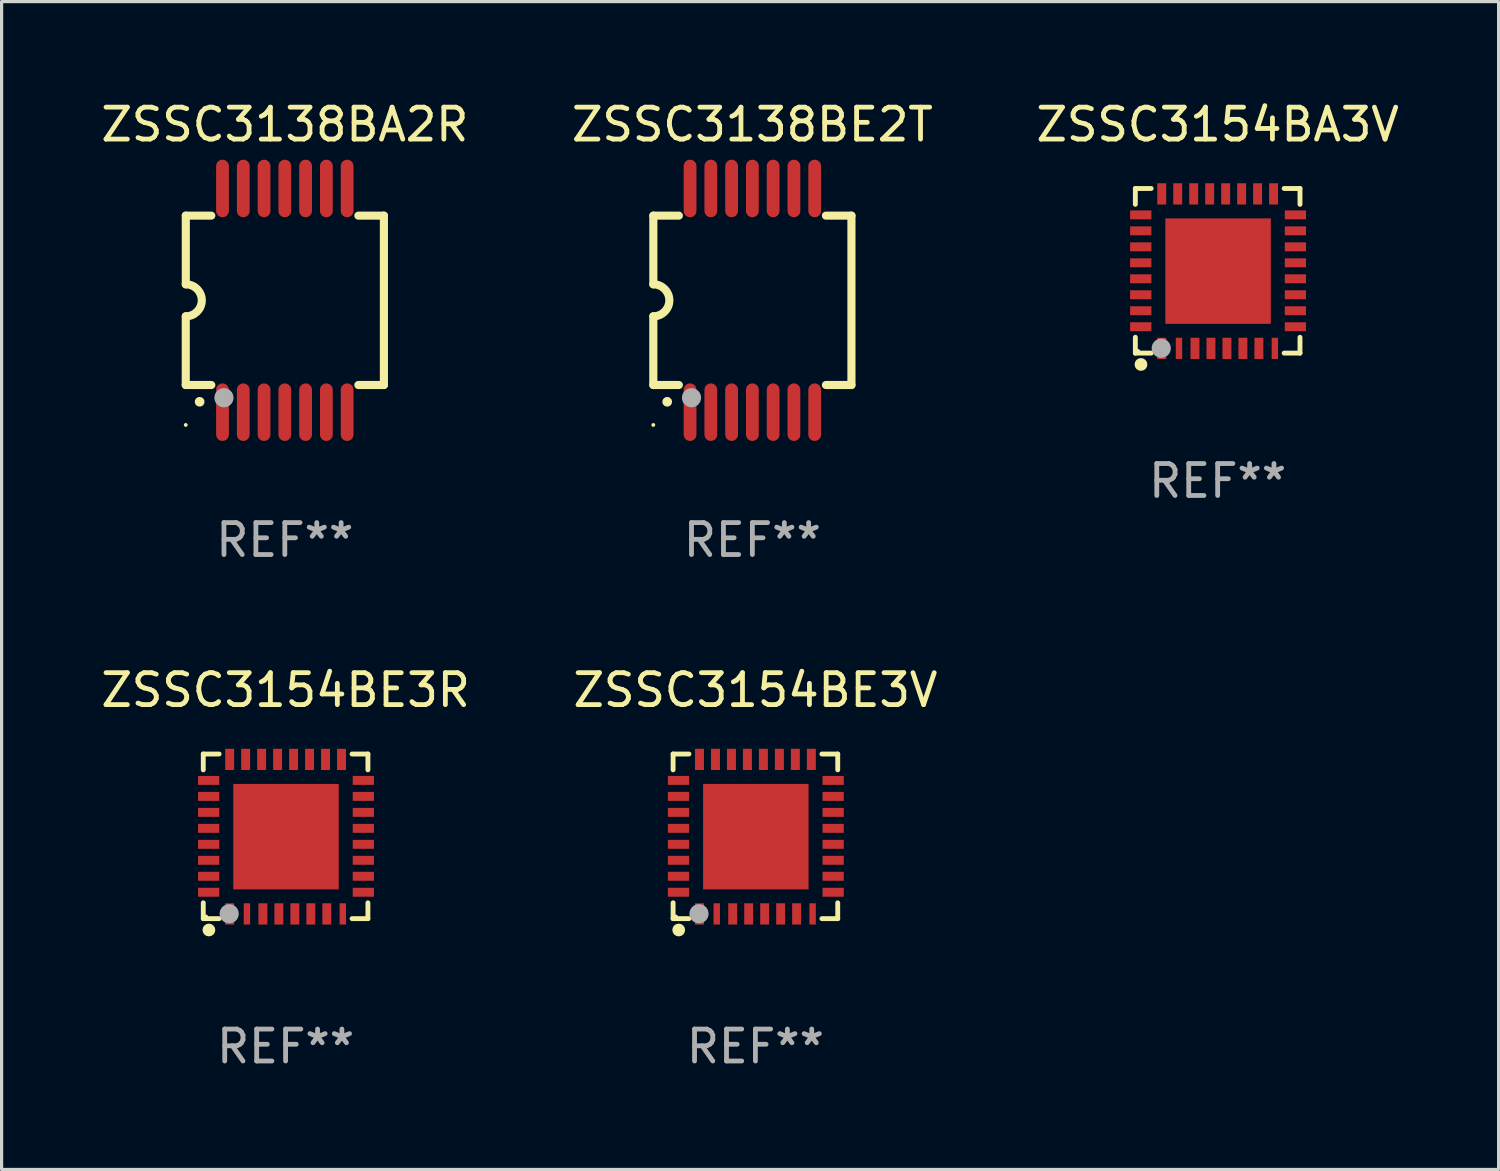
<source format=kicad_pcb>
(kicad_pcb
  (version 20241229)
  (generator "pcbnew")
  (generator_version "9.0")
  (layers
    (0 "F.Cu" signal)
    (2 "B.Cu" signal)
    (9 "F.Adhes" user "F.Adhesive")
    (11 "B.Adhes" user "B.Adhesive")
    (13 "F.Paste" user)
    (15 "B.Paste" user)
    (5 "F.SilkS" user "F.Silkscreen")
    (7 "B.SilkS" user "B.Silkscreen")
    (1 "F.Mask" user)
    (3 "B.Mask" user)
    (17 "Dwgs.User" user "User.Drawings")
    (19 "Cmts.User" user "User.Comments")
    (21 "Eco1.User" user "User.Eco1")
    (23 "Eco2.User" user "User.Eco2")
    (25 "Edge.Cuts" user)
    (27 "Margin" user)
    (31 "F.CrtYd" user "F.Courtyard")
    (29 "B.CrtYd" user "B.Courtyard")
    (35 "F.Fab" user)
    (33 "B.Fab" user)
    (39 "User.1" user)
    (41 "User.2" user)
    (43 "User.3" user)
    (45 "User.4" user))
  (footprint "ZSSC3154BA3V"
    (layer "F.Cu")
    (at 35.054 5.424)
    (property "Reference" "ZSSC3154BA3V" (at 0 -4.576 0) (layer "F.SilkS") (effects (font (size 1 1) (thickness 0.15))))
    (attr through_hole)
    (fp_line (start -2.576 -2.576) (end -2.576 -2.08) (stroke (width 0.152) (type solid)) (layer "F.SilkS"))
    (fp_line (start -2.576 2.576) (end -2.576 2.08) (stroke (width 0.152) (type solid)) (layer "F.SilkS"))
    (fp_line (start -2.08 -2.576) (end -2.576 -2.576) (stroke (width 0.152) (type solid)) (layer "F.SilkS"))
    (fp_line (start -2.08 2.576) (end -2.576 2.576) (stroke (width 0.152) (type solid)) (layer "F.SilkS"))
    (fp_line (start 2.08 -2.576) (end 2.576 -2.576) (stroke (width 0.152) (type solid)) (layer "F.SilkS"))
    (fp_line (start 2.08 2.576) (end 2.576 2.576) (stroke (width 0.152) (type solid)) (layer "F.SilkS"))
    (fp_line (start 2.576 -2.576) (end 2.576 -2.08) (stroke (width 0.152) (type solid)) (layer "F.SilkS"))
    (fp_line (start 2.576 2.576) (end 2.576 2.08) (stroke (width 0.152) (type solid)) (layer "F.SilkS"))
    (fp_circle (center -2.487 2.51) (end -2.457 2.51) (stroke (width 0.06) (type solid)) (fill no) (layer "F.SilkS"))
    (fp_circle (center -2.4 2.931) (end -2.3 2.931) (stroke (width 0.2) (type solid)) (fill no) (layer "F.SilkS"))
    (fp_circle (center -1.765 2.423) (end -1.615 2.423) (stroke (width 0.3) (type solid)) (fill no) (layer "F.Fab"))
    (fp_text user "REF**" (at 0 6.576 0) (layer "F.Fab") (effects (font (size 1 1) (thickness 0.15))))
    (pad "1" smd rect (at -1.75 2.428) (size 0.28 0.665) (layers "F.Cu" "F.Mask" "F.Paste"))
    (pad "2" smd rect (at -1.21 2.428) (size 0.2 0.665) (layers "F.Cu" "F.Mask" "F.Paste"))
    (pad "3" smd rect (at -0.71 2.428) (size 0.28 0.665) (layers "F.Cu" "F.Mask" "F.Paste"))
    (pad "4" smd rect (at -0.21 2.428) (size 0.28 0.665) (layers "F.Cu" "F.Mask" "F.Paste"))
    (pad "5" smd rect (at 0.29 2.428) (size 0.28 0.665) (layers "F.Cu" "F.Mask" "F.Paste"))
    (pad "6" smd rect (at 0.79 2.428) (size 0.28 0.665) (layers "F.Cu" "F.Mask" "F.Paste"))
    (pad "7" smd rect (at 1.29 2.428) (size 0.28 0.665) (layers "F.Cu" "F.Mask" "F.Paste"))
    (pad "8" smd rect (at 1.79 2.428) (size 0.2 0.665) (layers "F.Cu" "F.Mask" "F.Paste"))
    (pad "9" smd rect (at 2.433 1.75) (size 0.665 0.28) (layers "F.Cu" "F.Mask" "F.Paste"))
    (pad "10" smd rect (at 2.433 1.25) (size 0.665 0.28) (layers "F.Cu" "F.Mask" "F.Paste"))
    (pad "11" smd rect (at 2.433 0.75) (size 0.665 0.28) (layers "F.Cu" "F.Mask" "F.Paste"))
    (pad "12" smd rect (at 2.433 0.25) (size 0.665 0.28) (layers "F.Cu" "F.Mask" "F.Paste"))
    (pad "13" smd rect (at 2.433 -0.25) (size 0.665 0.28) (layers "F.Cu" "F.Mask" "F.Paste"))
    (pad "14" smd rect (at 2.433 -0.75) (size 0.665 0.28) (layers "F.Cu" "F.Mask" "F.Paste"))
    (pad "15" smd rect (at 2.433 -1.25) (size 0.665 0.28) (layers "F.Cu" "F.Mask" "F.Paste"))
    (pad "16" smd rect (at 2.433 -1.75) (size 0.665 0.28) (layers "F.Cu" "F.Mask" "F.Paste"))
    (pad "17" smd rect (at 1.75 -2.407) (size 0.28 0.665) (layers "F.Cu" "F.Mask" "F.Paste"))
    (pad "18" smd rect (at 1.25 -2.407) (size 0.28 0.665) (layers "F.Cu" "F.Mask" "F.Paste"))
    (pad "19" smd rect (at 0.75 -2.407) (size 0.28 0.665) (layers "F.Cu" "F.Mask" "F.Paste"))
    (pad "20" smd rect (at 0.25 -2.407) (size 0.28 0.665) (layers "F.Cu" "F.Mask" "F.Paste"))
    (pad "21" smd rect (at -0.25 -2.407) (size 0.28 0.665) (layers "F.Cu" "F.Mask" "F.Paste"))
    (pad "22" smd rect (at -0.75 -2.407) (size 0.28 0.665) (layers "F.Cu" "F.Mask" "F.Paste"))
    (pad "23" smd rect (at -1.25 -2.407) (size 0.28 0.665) (layers "F.Cu" "F.Mask" "F.Paste"))
    (pad "24" smd rect (at -1.75 -2.407) (size 0.28 0.665) (layers "F.Cu" "F.Mask" "F.Paste"))
    (pad "25" smd rect (at -2.407 -1.75) (size 0.665 0.28) (layers "F.Cu" "F.Mask" "F.Paste"))
    (pad "26" smd rect (at -2.407 -1.25) (size 0.665 0.28) (layers "F.Cu" "F.Mask" "F.Paste"))
    (pad "27" smd rect (at -2.407 -0.75) (size 0.665 0.28) (layers "F.Cu" "F.Mask" "F.Paste"))
    (pad "28" smd rect (at -2.407 -0.25) (size 0.665 0.28) (layers "F.Cu" "F.Mask" "F.Paste"))
    (pad "29" smd rect (at -2.407 0.25) (size 0.665 0.28) (layers "F.Cu" "F.Mask" "F.Paste"))
    (pad "30" smd rect (at -2.407 0.75) (size 0.665 0.28) (layers "F.Cu" "F.Mask" "F.Paste"))
    (pad "31" smd rect (at -2.407 1.25) (size 0.665 0.28) (layers "F.Cu" "F.Mask" "F.Paste"))
    (pad "32" smd rect (at -2.407 1.75) (size 0.665 0.28) (layers "F.Cu" "F.Mask" "F.Paste"))
    (pad "33" smd rect (at 0.013 0.01) (size 3.3 3.3) (layers "F.Cu" "F.Mask" "F.Paste")))
  (footprint "ZSSC3138BE2T"
    (layer "F.Cu")
    (at 20.494 6.348)
    (property "Reference" "ZSSC3138BE2T" (at 0 -5.5 0) (layer "F.SilkS") (effects (font (size 1 1) (thickness 0.15))))
    (attr through_hole)
    (fp_line (start -3.1 2.65) (end -3.1 0.5) (stroke (width 0.254) (type solid)) (layer "F.SilkS"))
    (fp_line (start -3.099 -2.65) (end -2.301 -2.65) (stroke (width 0.254) (type solid)) (layer "F.SilkS"))
    (fp_line (start -3.099 -0.5) (end -3.099 -2.65) (stroke (width 0.254) (type solid)) (layer "F.SilkS"))
    (fp_line (start -2.301 2.65) (end -3.1 2.65) (stroke (width 0.254) (type solid)) (layer "F.SilkS"))
    (fp_line (start 2.301 -2.65) (end 3.1 -2.65) (stroke (width 0.254) (type solid)) (layer "F.SilkS"))
    (fp_line (start 3.1 -2.65) (end 3.1 2.65) (stroke (width 0.254) (type solid)) (layer "F.SilkS"))
    (fp_line (start 3.1 2.65) (end 2.301 2.65) (stroke (width 0.254) (type solid)) (layer "F.SilkS"))
    (fp_arc (start -3.098806 -0.500381) (mid -2.598806 0) (end -3.098806 0.500381) (stroke (width 0.254001) (type solid)) (layer "F.SilkS"))
    (fp_arc (start -2.667005 3.175006) (mid -2.665735 3.175001) (end -2.664465 3.175006) (stroke (width 0.3) (type solid)) (layer "F.SilkS"))
    (fp_circle (center -3.1 3.9) (end -3.07 3.9) (stroke (width 0.06) (type solid)) (fill no) (layer "F.SilkS"))
    (fp_circle (center -1.905 3.048) (end -1.755 3.048) (stroke (width 0.3) (type solid)) (fill no) (layer "F.Fab"))
    (fp_text user "REF**" (at 0 7.5 0) (layer "F.Fab") (effects (font (size 1 1) (thickness 0.15))))
    (pad "1" smd oval (at -1.95 3.5 270) (size 1.8 0.4) (layers "F.Cu" "F.Mask" "F.Paste"))
    (pad "2" smd oval (at -1.3 3.5 270) (size 1.8 0.4) (layers "F.Cu" "F.Mask" "F.Paste"))
    (pad "3" smd oval (at -0.65 3.5 270) (size 1.8 0.4) (layers "F.Cu" "F.Mask" "F.Paste"))
    (pad "4" smd oval (at 0 3.5 270) (size 1.8 0.4) (layers "F.Cu" "F.Mask" "F.Paste"))
    (pad "5" smd oval (at 0.65 3.5 270) (size 1.8 0.4) (layers "F.Cu" "F.Mask" "F.Paste"))
    (pad "6" smd oval (at 1.3 3.5 270) (size 1.8 0.4) (layers "F.Cu" "F.Mask" "F.Paste"))
    (pad "7" smd oval (at 1.95 3.5 270) (size 1.8 0.4) (layers "F.Cu" "F.Mask" "F.Paste"))
    (pad "8" smd oval (at 1.95 -3.5 90) (size 1.8 0.4) (layers "F.Cu" "F.Mask" "F.Paste"))
    (pad "9" smd oval (at 1.3 -3.5 90) (size 1.8 0.4) (layers "F.Cu" "F.Mask" "F.Paste"))
    (pad "10" smd oval (at 0.65 -3.5 90) (size 1.8 0.4) (layers "F.Cu" "F.Mask" "F.Paste"))
    (pad "11" smd oval (at 0 -3.5 90) (size 1.8 0.4) (layers "F.Cu" "F.Mask" "F.Paste"))
    (pad "12" smd oval (at -0.65 -3.5 90) (size 1.8 0.4) (layers "F.Cu" "F.Mask" "F.Paste"))
    (pad "13" smd oval (at -1.3 -3.5 90) (size 1.8 0.4) (layers "F.Cu" "F.Mask" "F.Paste"))
    (pad "14" smd oval (at -1.95 -3.5 90) (size 1.8 0.4) (layers "F.Cu" "F.Mask" "F.Paste")))
  (footprint "ZSSC3154BE3V"
    (layer "F.Cu")
    (at 20.589 23.121)
    (property "Reference" "ZSSC3154BE3V" (at 0 -4.576 0) (layer "F.SilkS") (effects (font (size 1 1) (thickness 0.15))))
    (attr through_hole)
    (fp_line (start -2.576 -2.576) (end -2.576 -2.08) (stroke (width 0.152) (type solid)) (layer "F.SilkS"))
    (fp_line (start -2.576 2.576) (end -2.576 2.08) (stroke (width 0.152) (type solid)) (layer "F.SilkS"))
    (fp_line (start -2.08 -2.576) (end -2.576 -2.576) (stroke (width 0.152) (type solid)) (layer "F.SilkS"))
    (fp_line (start -2.08 2.576) (end -2.576 2.576) (stroke (width 0.152) (type solid)) (layer "F.SilkS"))
    (fp_line (start 2.08 -2.576) (end 2.576 -2.576) (stroke (width 0.152) (type solid)) (layer "F.SilkS"))
    (fp_line (start 2.08 2.576) (end 2.576 2.576) (stroke (width 0.152) (type solid)) (layer "F.SilkS"))
    (fp_line (start 2.576 -2.576) (end 2.576 -2.08) (stroke (width 0.152) (type solid)) (layer "F.SilkS"))
    (fp_line (start 2.576 2.576) (end 2.576 2.08) (stroke (width 0.152) (type solid)) (layer "F.SilkS"))
    (fp_circle (center -2.487 2.51) (end -2.457 2.51) (stroke (width 0.06) (type solid)) (fill no) (layer "F.SilkS"))
    (fp_circle (center -2.4 2.931) (end -2.3 2.931) (stroke (width 0.2) (type solid)) (fill no) (layer "F.SilkS"))
    (fp_circle (center -1.765 2.423) (end -1.615 2.423) (stroke (width 0.3) (type solid)) (fill no) (layer "F.Fab"))
    (fp_text user "REF**" (at 0 6.576 0) (layer "F.Fab") (effects (font (size 1 1) (thickness 0.15))))
    (pad "1" smd rect (at -1.75 2.428) (size 0.28 0.665) (layers "F.Cu" "F.Mask" "F.Paste"))
    (pad "2" smd rect (at -1.21 2.428) (size 0.2 0.665) (layers "F.Cu" "F.Mask" "F.Paste"))
    (pad "3" smd rect (at -0.71 2.428) (size 0.28 0.665) (layers "F.Cu" "F.Mask" "F.Paste"))
    (pad "4" smd rect (at -0.21 2.428) (size 0.28 0.665) (layers "F.Cu" "F.Mask" "F.Paste"))
    (pad "5" smd rect (at 0.29 2.428) (size 0.28 0.665) (layers "F.Cu" "F.Mask" "F.Paste"))
    (pad "6" smd rect (at 0.79 2.428) (size 0.28 0.665) (layers "F.Cu" "F.Mask" "F.Paste"))
    (pad "7" smd rect (at 1.29 2.428) (size 0.28 0.665) (layers "F.Cu" "F.Mask" "F.Paste"))
    (pad "8" smd rect (at 1.79 2.428) (size 0.2 0.665) (layers "F.Cu" "F.Mask" "F.Paste"))
    (pad "9" smd rect (at 2.433 1.75) (size 0.665 0.28) (layers "F.Cu" "F.Mask" "F.Paste"))
    (pad "10" smd rect (at 2.433 1.25) (size 0.665 0.28) (layers "F.Cu" "F.Mask" "F.Paste"))
    (pad "11" smd rect (at 2.433 0.75) (size 0.665 0.28) (layers "F.Cu" "F.Mask" "F.Paste"))
    (pad "12" smd rect (at 2.433 0.25) (size 0.665 0.28) (layers "F.Cu" "F.Mask" "F.Paste"))
    (pad "13" smd rect (at 2.433 -0.25) (size 0.665 0.28) (layers "F.Cu" "F.Mask" "F.Paste"))
    (pad "14" smd rect (at 2.433 -0.75) (size 0.665 0.28) (layers "F.Cu" "F.Mask" "F.Paste"))
    (pad "15" smd rect (at 2.433 -1.25) (size 0.665 0.28) (layers "F.Cu" "F.Mask" "F.Paste"))
    (pad "16" smd rect (at 2.433 -1.75) (size 0.665 0.28) (layers "F.Cu" "F.Mask" "F.Paste"))
    (pad "17" smd rect (at 1.75 -2.407) (size 0.28 0.665) (layers "F.Cu" "F.Mask" "F.Paste"))
    (pad "18" smd rect (at 1.25 -2.407) (size 0.28 0.665) (layers "F.Cu" "F.Mask" "F.Paste"))
    (pad "19" smd rect (at 0.75 -2.407) (size 0.28 0.665) (layers "F.Cu" "F.Mask" "F.Paste"))
    (pad "20" smd rect (at 0.25 -2.407) (size 0.28 0.665) (layers "F.Cu" "F.Mask" "F.Paste"))
    (pad "21" smd rect (at -0.25 -2.407) (size 0.28 0.665) (layers "F.Cu" "F.Mask" "F.Paste"))
    (pad "22" smd rect (at -0.75 -2.407) (size 0.28 0.665) (layers "F.Cu" "F.Mask" "F.Paste"))
    (pad "23" smd rect (at -1.25 -2.407) (size 0.28 0.665) (layers "F.Cu" "F.Mask" "F.Paste"))
    (pad "24" smd rect (at -1.75 -2.407) (size 0.28 0.665) (layers "F.Cu" "F.Mask" "F.Paste"))
    (pad "25" smd rect (at -2.407 -1.75) (size 0.665 0.28) (layers "F.Cu" "F.Mask" "F.Paste"))
    (pad "26" smd rect (at -2.407 -1.25) (size 0.665 0.28) (layers "F.Cu" "F.Mask" "F.Paste"))
    (pad "27" smd rect (at -2.407 -0.75) (size 0.665 0.28) (layers "F.Cu" "F.Mask" "F.Paste"))
    (pad "28" smd rect (at -2.407 -0.25) (size 0.665 0.28) (layers "F.Cu" "F.Mask" "F.Paste"))
    (pad "29" smd rect (at -2.407 0.25) (size 0.665 0.28) (layers "F.Cu" "F.Mask" "F.Paste"))
    (pad "30" smd rect (at -2.407 0.75) (size 0.665 0.28) (layers "F.Cu" "F.Mask" "F.Paste"))
    (pad "31" smd rect (at -2.407 1.25) (size 0.665 0.28) (layers "F.Cu" "F.Mask" "F.Paste"))
    (pad "32" smd rect (at -2.407 1.75) (size 0.665 0.28) (layers "F.Cu" "F.Mask" "F.Paste"))
    (pad "33" smd rect (at 0.013 0.01) (size 3.3 3.3) (layers "F.Cu" "F.Mask" "F.Paste")))
  (footprint "ZSSC3154BE3R"
    (layer "F.Cu")
    (at 5.887 23.121)
    (property "Reference" "ZSSC3154BE3R" (at 0 -4.576 0) (layer "F.SilkS") (effects (font (size 1 1) (thickness 0.15))))
    (attr through_hole)
    (fp_line (start -2.576 -2.576) (end -2.576 -2.08) (stroke (width 0.152) (type solid)) (layer "F.SilkS"))
    (fp_line (start -2.576 2.576) (end -2.576 2.08) (stroke (width 0.152) (type solid)) (layer "F.SilkS"))
    (fp_line (start -2.08 -2.576) (end -2.576 -2.576) (stroke (width 0.152) (type solid)) (layer "F.SilkS"))
    (fp_line (start -2.08 2.576) (end -2.576 2.576) (stroke (width 0.152) (type solid)) (layer "F.SilkS"))
    (fp_line (start 2.08 -2.576) (end 2.576 -2.576) (stroke (width 0.152) (type solid)) (layer "F.SilkS"))
    (fp_line (start 2.08 2.576) (end 2.576 2.576) (stroke (width 0.152) (type solid)) (layer "F.SilkS"))
    (fp_line (start 2.576 -2.576) (end 2.576 -2.08) (stroke (width 0.152) (type solid)) (layer "F.SilkS"))
    (fp_line (start 2.576 2.576) (end 2.576 2.08) (stroke (width 0.152) (type solid)) (layer "F.SilkS"))
    (fp_circle (center -2.487 2.51) (end -2.457 2.51) (stroke (width 0.06) (type solid)) (fill no) (layer "F.SilkS"))
    (fp_circle (center -2.4 2.931) (end -2.3 2.931) (stroke (width 0.2) (type solid)) (fill no) (layer "F.SilkS"))
    (fp_circle (center -1.765 2.423) (end -1.615 2.423) (stroke (width 0.3) (type solid)) (fill no) (layer "F.Fab"))
    (fp_text user "REF**" (at 0 6.576 0) (layer "F.Fab") (effects (font (size 1 1) (thickness 0.15))))
    (pad "1" smd rect (at -1.75 2.428) (size 0.28 0.665) (layers "F.Cu" "F.Mask" "F.Paste"))
    (pad "2" smd rect (at -1.21 2.428) (size 0.2 0.665) (layers "F.Cu" "F.Mask" "F.Paste"))
    (pad "3" smd rect (at -0.71 2.428) (size 0.28 0.665) (layers "F.Cu" "F.Mask" "F.Paste"))
    (pad "4" smd rect (at -0.21 2.428) (size 0.28 0.665) (layers "F.Cu" "F.Mask" "F.Paste"))
    (pad "5" smd rect (at 0.29 2.428) (size 0.28 0.665) (layers "F.Cu" "F.Mask" "F.Paste"))
    (pad "6" smd rect (at 0.79 2.428) (size 0.28 0.665) (layers "F.Cu" "F.Mask" "F.Paste"))
    (pad "7" smd rect (at 1.29 2.428) (size 0.28 0.665) (layers "F.Cu" "F.Mask" "F.Paste"))
    (pad "8" smd rect (at 1.79 2.428) (size 0.2 0.665) (layers "F.Cu" "F.Mask" "F.Paste"))
    (pad "9" smd rect (at 2.433 1.75) (size 0.665 0.28) (layers "F.Cu" "F.Mask" "F.Paste"))
    (pad "10" smd rect (at 2.433 1.25) (size 0.665 0.28) (layers "F.Cu" "F.Mask" "F.Paste"))
    (pad "11" smd rect (at 2.433 0.75) (size 0.665 0.28) (layers "F.Cu" "F.Mask" "F.Paste"))
    (pad "12" smd rect (at 2.433 0.25) (size 0.665 0.28) (layers "F.Cu" "F.Mask" "F.Paste"))
    (pad "13" smd rect (at 2.433 -0.25) (size 0.665 0.28) (layers "F.Cu" "F.Mask" "F.Paste"))
    (pad "14" smd rect (at 2.433 -0.75) (size 0.665 0.28) (layers "F.Cu" "F.Mask" "F.Paste"))
    (pad "15" smd rect (at 2.433 -1.25) (size 0.665 0.28) (layers "F.Cu" "F.Mask" "F.Paste"))
    (pad "16" smd rect (at 2.433 -1.75) (size 0.665 0.28) (layers "F.Cu" "F.Mask" "F.Paste"))
    (pad "17" smd rect (at 1.75 -2.407) (size 0.28 0.665) (layers "F.Cu" "F.Mask" "F.Paste"))
    (pad "18" smd rect (at 1.25 -2.407) (size 0.28 0.665) (layers "F.Cu" "F.Mask" "F.Paste"))
    (pad "19" smd rect (at 0.75 -2.407) (size 0.28 0.665) (layers "F.Cu" "F.Mask" "F.Paste"))
    (pad "20" smd rect (at 0.25 -2.407) (size 0.28 0.665) (layers "F.Cu" "F.Mask" "F.Paste"))
    (pad "21" smd rect (at -0.25 -2.407) (size 0.28 0.665) (layers "F.Cu" "F.Mask" "F.Paste"))
    (pad "22" smd rect (at -0.75 -2.407) (size 0.28 0.665) (layers "F.Cu" "F.Mask" "F.Paste"))
    (pad "23" smd rect (at -1.25 -2.407) (size 0.28 0.665) (layers "F.Cu" "F.Mask" "F.Paste"))
    (pad "24" smd rect (at -1.75 -2.407) (size 0.28 0.665) (layers "F.Cu" "F.Mask" "F.Paste"))
    (pad "25" smd rect (at -2.407 -1.75) (size 0.665 0.28) (layers "F.Cu" "F.Mask" "F.Paste"))
    (pad "26" smd rect (at -2.407 -1.25) (size 0.665 0.28) (layers "F.Cu" "F.Mask" "F.Paste"))
    (pad "27" smd rect (at -2.407 -0.75) (size 0.665 0.28) (layers "F.Cu" "F.Mask" "F.Paste"))
    (pad "28" smd rect (at -2.407 -0.25) (size 0.665 0.28) (layers "F.Cu" "F.Mask" "F.Paste"))
    (pad "29" smd rect (at -2.407 0.25) (size 0.665 0.28) (layers "F.Cu" "F.Mask" "F.Paste"))
    (pad "30" smd rect (at -2.407 0.75) (size 0.665 0.28) (layers "F.Cu" "F.Mask" "F.Paste"))
    (pad "31" smd rect (at -2.407 1.25) (size 0.665 0.28) (layers "F.Cu" "F.Mask" "F.Paste"))
    (pad "32" smd rect (at -2.407 1.75) (size 0.665 0.28) (layers "F.Cu" "F.Mask" "F.Paste"))
    (pad "33" smd rect (at 0.013 0.01) (size 3.3 3.3) (layers "F.Cu" "F.Mask" "F.Paste")))
  (footprint "ZSSC3138BA2R"
    (layer "F.Cu")
    (at 5.863 6.348)
    (property "Reference" "ZSSC3138BA2R" (at 0 -5.5 0) (layer "F.SilkS") (effects (font (size 1 1) (thickness 0.15))))
    (attr through_hole)
    (fp_line (start -3.1 2.65) (end -3.1 0.5) (stroke (width 0.254) (type solid)) (layer "F.SilkS"))
    (fp_line (start -3.099 -2.65) (end -2.301 -2.65) (stroke (width 0.254) (type solid)) (layer "F.SilkS"))
    (fp_line (start -3.099 -0.5) (end -3.099 -2.65) (stroke (width 0.254) (type solid)) (layer "F.SilkS"))
    (fp_line (start -2.301 2.65) (end -3.1 2.65) (stroke (width 0.254) (type solid)) (layer "F.SilkS"))
    (fp_line (start 2.301 -2.65) (end 3.1 -2.65) (stroke (width 0.254) (type solid)) (layer "F.SilkS"))
    (fp_line (start 3.1 -2.65) (end 3.1 2.65) (stroke (width 0.254) (type solid)) (layer "F.SilkS"))
    (fp_line (start 3.1 2.65) (end 2.301 2.65) (stroke (width 0.254) (type solid)) (layer "F.SilkS"))
    (fp_arc (start -3.098806 -0.500381) (mid -2.598806 0) (end -3.098806 0.500381) (stroke (width 0.254001) (type solid)) (layer "F.SilkS"))
    (fp_arc (start -2.667005 3.175006) (mid -2.665735 3.175001) (end -2.664465 3.175006) (stroke (width 0.3) (type solid)) (layer "F.SilkS"))
    (fp_circle (center -3.1 3.9) (end -3.07 3.9) (stroke (width 0.06) (type solid)) (fill no) (layer "F.SilkS"))
    (fp_circle (center -1.905 3.048) (end -1.755 3.048) (stroke (width 0.3) (type solid)) (fill no) (layer "F.Fab"))
    (fp_text user "REF**" (at 0 7.5 0) (layer "F.Fab") (effects (font (size 1 1) (thickness 0.15))))
    (pad "1" smd oval (at -1.95 3.5 270) (size 1.8 0.4) (layers "F.Cu" "F.Mask" "F.Paste"))
    (pad "2" smd oval (at -1.3 3.5 270) (size 1.8 0.4) (layers "F.Cu" "F.Mask" "F.Paste"))
    (pad "3" smd oval (at -0.65 3.5 270) (size 1.8 0.4) (layers "F.Cu" "F.Mask" "F.Paste"))
    (pad "4" smd oval (at 0 3.5 270) (size 1.8 0.4) (layers "F.Cu" "F.Mask" "F.Paste"))
    (pad "5" smd oval (at 0.65 3.5 270) (size 1.8 0.4) (layers "F.Cu" "F.Mask" "F.Paste"))
    (pad "6" smd oval (at 1.3 3.5 270) (size 1.8 0.4) (layers "F.Cu" "F.Mask" "F.Paste"))
    (pad "7" smd oval (at 1.95 3.5 270) (size 1.8 0.4) (layers "F.Cu" "F.Mask" "F.Paste"))
    (pad "8" smd oval (at 1.95 -3.5 90) (size 1.8 0.4) (layers "F.Cu" "F.Mask" "F.Paste"))
    (pad "9" smd oval (at 1.3 -3.5 90) (size 1.8 0.4) (layers "F.Cu" "F.Mask" "F.Paste"))
    (pad "10" smd oval (at 0.65 -3.5 90) (size 1.8 0.4) (layers "F.Cu" "F.Mask" "F.Paste"))
    (pad "11" smd oval (at 0 -3.5 90) (size 1.8 0.4) (layers "F.Cu" "F.Mask" "F.Paste"))
    (pad "12" smd oval (at -0.65 -3.5 90) (size 1.8 0.4) (layers "F.Cu" "F.Mask" "F.Paste"))
    (pad "13" smd oval (at -1.3 -3.5 90) (size 1.8 0.4) (layers "F.Cu" "F.Mask" "F.Paste"))
    (pad "14" smd oval (at -1.95 -3.5 90) (size 1.8 0.4) (layers "F.Cu" "F.Mask" "F.Paste")))
  (gr_rect
    (start -3 -3)
    (end 43.845 33.545)
    (stroke (width 0.1) (type default))
    (fill no)
    (layer "Edge.Cuts")))
</source>
